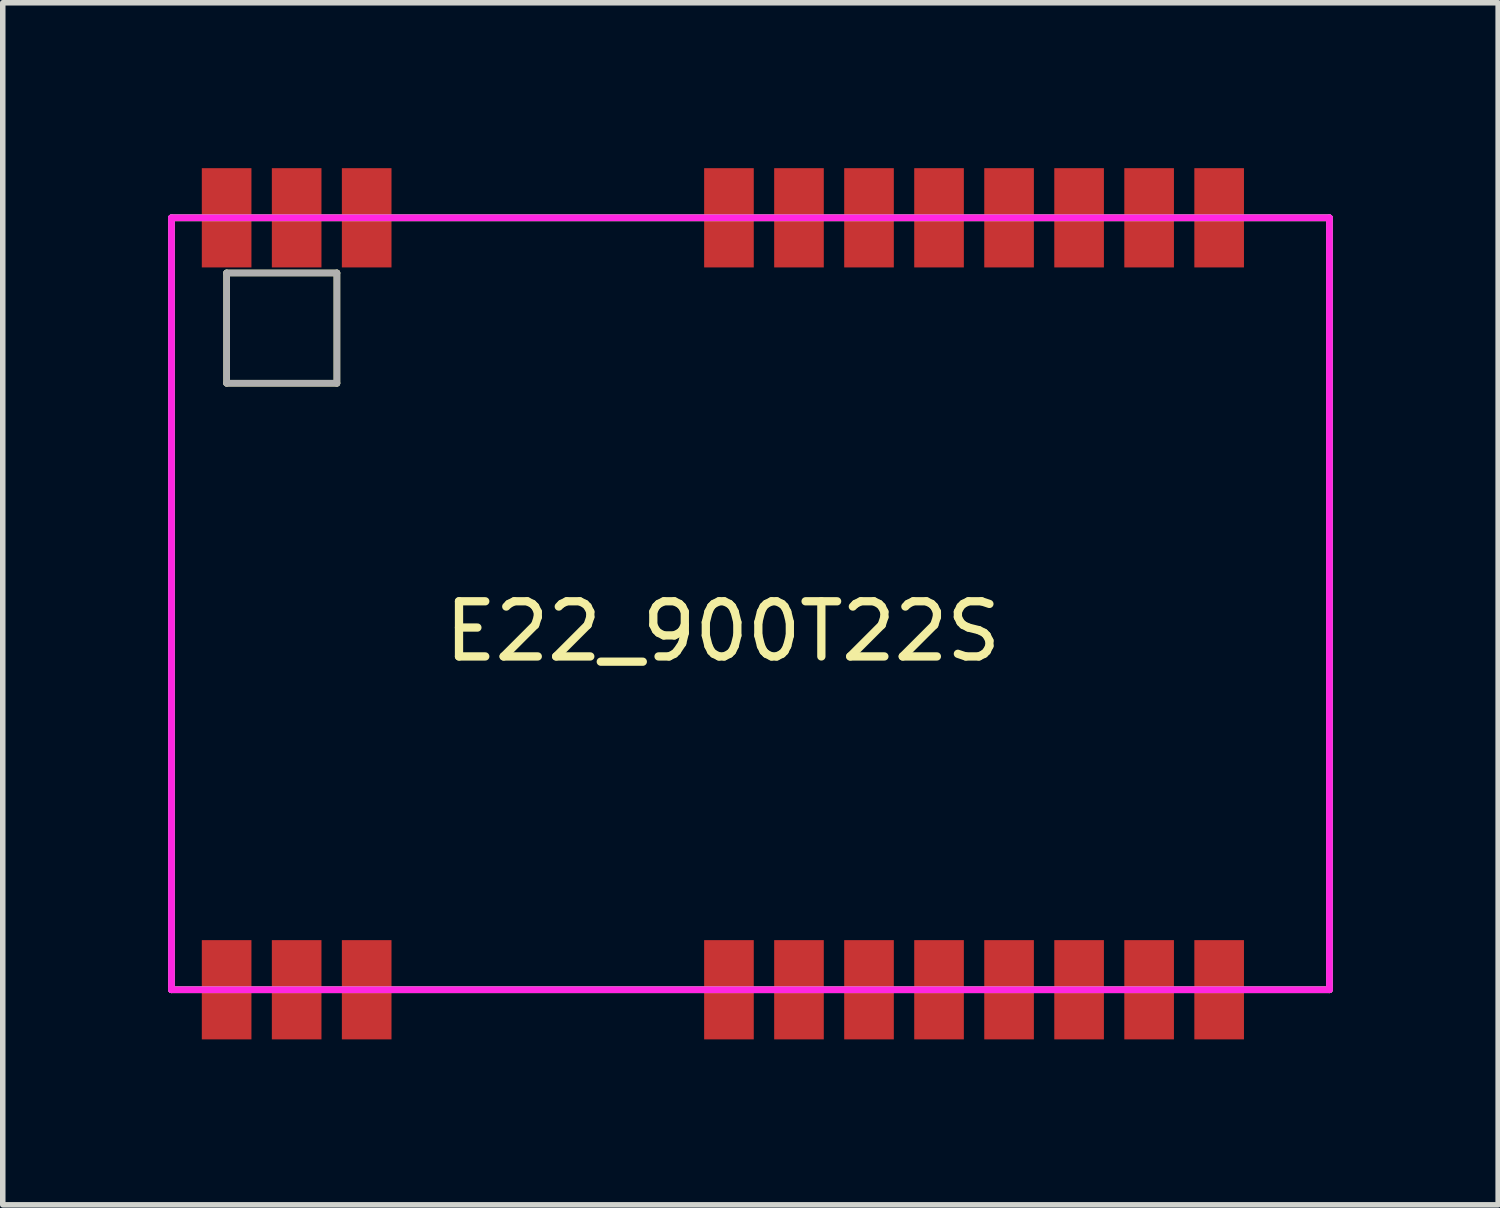
<source format=kicad_pcb>
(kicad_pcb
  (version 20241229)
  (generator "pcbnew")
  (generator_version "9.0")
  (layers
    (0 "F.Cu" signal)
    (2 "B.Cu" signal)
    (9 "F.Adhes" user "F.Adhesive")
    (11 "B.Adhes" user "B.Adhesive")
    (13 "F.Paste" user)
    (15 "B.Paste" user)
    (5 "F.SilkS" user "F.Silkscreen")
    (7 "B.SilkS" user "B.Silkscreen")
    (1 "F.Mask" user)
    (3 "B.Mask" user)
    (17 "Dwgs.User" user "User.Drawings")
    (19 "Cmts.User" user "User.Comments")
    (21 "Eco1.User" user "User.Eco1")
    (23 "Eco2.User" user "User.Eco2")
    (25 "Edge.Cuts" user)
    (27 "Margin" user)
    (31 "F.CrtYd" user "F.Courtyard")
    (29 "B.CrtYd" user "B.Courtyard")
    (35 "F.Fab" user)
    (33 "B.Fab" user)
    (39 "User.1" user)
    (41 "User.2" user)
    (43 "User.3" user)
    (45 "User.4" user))
  (footprint "E22_900T22S"
    (layer "F.Cu")
    (at 19.06 0.9)
    (property "Reference" "E22_900T22S" (at -9 7.5 0) (unlocked yes) (layer "F.SilkS") (effects (font (size 1 1) (thickness 0.15))))
    (attr through_hole)
    (fp_line (start -19 0) (end 2 0) (stroke (width 0.12) (type solid)) (layer "F.SilkS"))
    (fp_line (start -19 14) (end -19 0) (stroke (width 0.12) (type solid)) (layer "F.SilkS"))
    (fp_line (start -18 1) (end -16 1) (stroke (width 0.12) (type solid)) (layer "F.SilkS"))
    (fp_line (start -18 3) (end -18 1) (stroke (width 0.12) (type solid)) (layer "F.SilkS"))
    (fp_line (start -16 1) (end -16 3) (stroke (width 0.12) (type solid)) (layer "F.SilkS"))
    (fp_line (start -16 3) (end -18 3) (stroke (width 0.12) (type solid)) (layer "F.SilkS"))
    (fp_line (start 2 0) (end 2 14) (stroke (width 0.12) (type solid)) (layer "F.SilkS"))
    (fp_line (start 2 14) (end -19 14) (stroke (width 0.12) (type solid)) (layer "F.SilkS"))
    (fp_line (start -19 0) (end -19 14) (stroke (width 0.12) (type solid)) (layer "F.CrtYd"))
    (fp_line (start -19 14) (end 2 14) (stroke (width 0.12) (type solid)) (layer "F.CrtYd"))
    (fp_line (start 2 0) (end -19 0) (stroke (width 0.12) (type solid)) (layer "F.CrtYd"))
    (fp_line (start 2 14) (end 2 0) (stroke (width 0.12) (type solid)) (layer "F.CrtYd"))
    (fp_line (start -19 0) (end -19 14) (stroke (width 0.12) (type solid)) (layer "F.Fab"))
    (fp_line (start -19 14) (end 2 14) (stroke (width 0.12) (type solid)) (layer "F.Fab"))
    (fp_line (start -18 1) (end -18 3) (stroke (width 0.12) (type solid)) (layer "F.Fab"))
    (fp_line (start -18 3) (end -16 3) (stroke (width 0.12) (type solid)) (layer "F.Fab"))
    (fp_line (start -16 1) (end -18 1) (stroke (width 0.12) (type solid)) (layer "F.Fab"))
    (fp_line (start -16 3) (end -16 1) (stroke (width 0.12) (type solid)) (layer "F.Fab"))
    (fp_line (start 2 0) (end -19 0) (stroke (width 0.12) (type solid)) (layer "F.Fab"))
    (fp_line (start 2 14) (end 2 0) (stroke (width 0.12) (type solid)) (layer "F.Fab"))
    (pad "1" smd rect (at -18 14) (size 0.9 1.8) (layers "F.Cu" "F.Mask" "F.Paste"))
    (pad "2" smd rect (at -16.73 14) (size 0.9 1.8) (layers "F.Cu" "F.Mask" "F.Paste"))
    (pad "3" smd rect (at -15.46 14) (size 0.9 1.8) (layers "F.Cu" "F.Mask" "F.Paste"))
    (pad "4" smd rect (at -8.89 14) (size 0.9 1.8) (layers "F.Cu" "F.Mask" "F.Paste"))
    (pad "5" smd rect (at -7.62 14) (size 0.9 1.8) (layers "F.Cu" "F.Mask" "F.Paste"))
    (pad "6" smd rect (at -6.35 14) (size 0.9 1.8) (layers "F.Cu" "F.Mask" "F.Paste"))
    (pad "7" smd rect (at -5.08 14) (size 0.9 1.8) (layers "F.Cu" "F.Mask" "F.Paste"))
    (pad "8" smd rect (at -3.81 14) (size 0.9 1.8) (layers "F.Cu" "F.Mask" "F.Paste"))
    (pad "9" smd rect (at -2.54 14) (size 0.9 1.8) (layers "F.Cu" "F.Mask" "F.Paste"))
    (pad "10" smd rect (at -1.27 14) (size 0.9 1.8) (layers "F.Cu" "F.Mask" "F.Paste"))
    (pad "11" smd rect (at 0 14) (size 0.9 1.8) (layers "F.Cu" "F.Mask" "F.Paste"))
    (pad "12" smd rect (at 0 0) (size 0.9 1.8) (layers "F.Cu" "F.Mask" "F.Paste"))
    (pad "13" smd rect (at -1.27 0) (size 0.9 1.8) (layers "F.Cu" "F.Mask" "F.Paste"))
    (pad "14" smd rect (at -2.54 0) (size 0.9 1.8) (layers "F.Cu" "F.Mask" "F.Paste"))
    (pad "15" smd rect (at -3.81 0) (size 0.9 1.8) (layers "F.Cu" "F.Mask" "F.Paste"))
    (pad "16" smd rect (at -5.08 0) (size 0.9 1.8) (layers "F.Cu" "F.Mask" "F.Paste"))
    (pad "17" smd rect (at -6.35 0) (size 0.9 1.8) (layers "F.Cu" "F.Mask" "F.Paste"))
    (pad "18" smd rect (at -7.62 0) (size 0.9 1.8) (layers "F.Cu" "F.Mask" "F.Paste"))
    (pad "19" smd rect (at -8.89 0) (size 0.9 1.8) (layers "F.Cu" "F.Mask" "F.Paste"))
    (pad "20" smd rect (at -15.46 0) (size 0.9 1.8) (layers "F.Cu" "F.Mask" "F.Paste"))
    (pad "21" smd rect (at -16.73 0) (size 0.9 1.8) (layers "F.Cu" "F.Mask" "F.Paste"))
    (pad "22" smd rect (at -18 0) (size 0.9 1.8) (layers "F.Cu" "F.Mask" "F.Paste")))
  (gr_rect
    (start -3 -3)
    (end 24.12 18.8)
    (stroke (width 0.1) (type default))
    (fill no)
    (layer "Edge.Cuts")))
</source>
